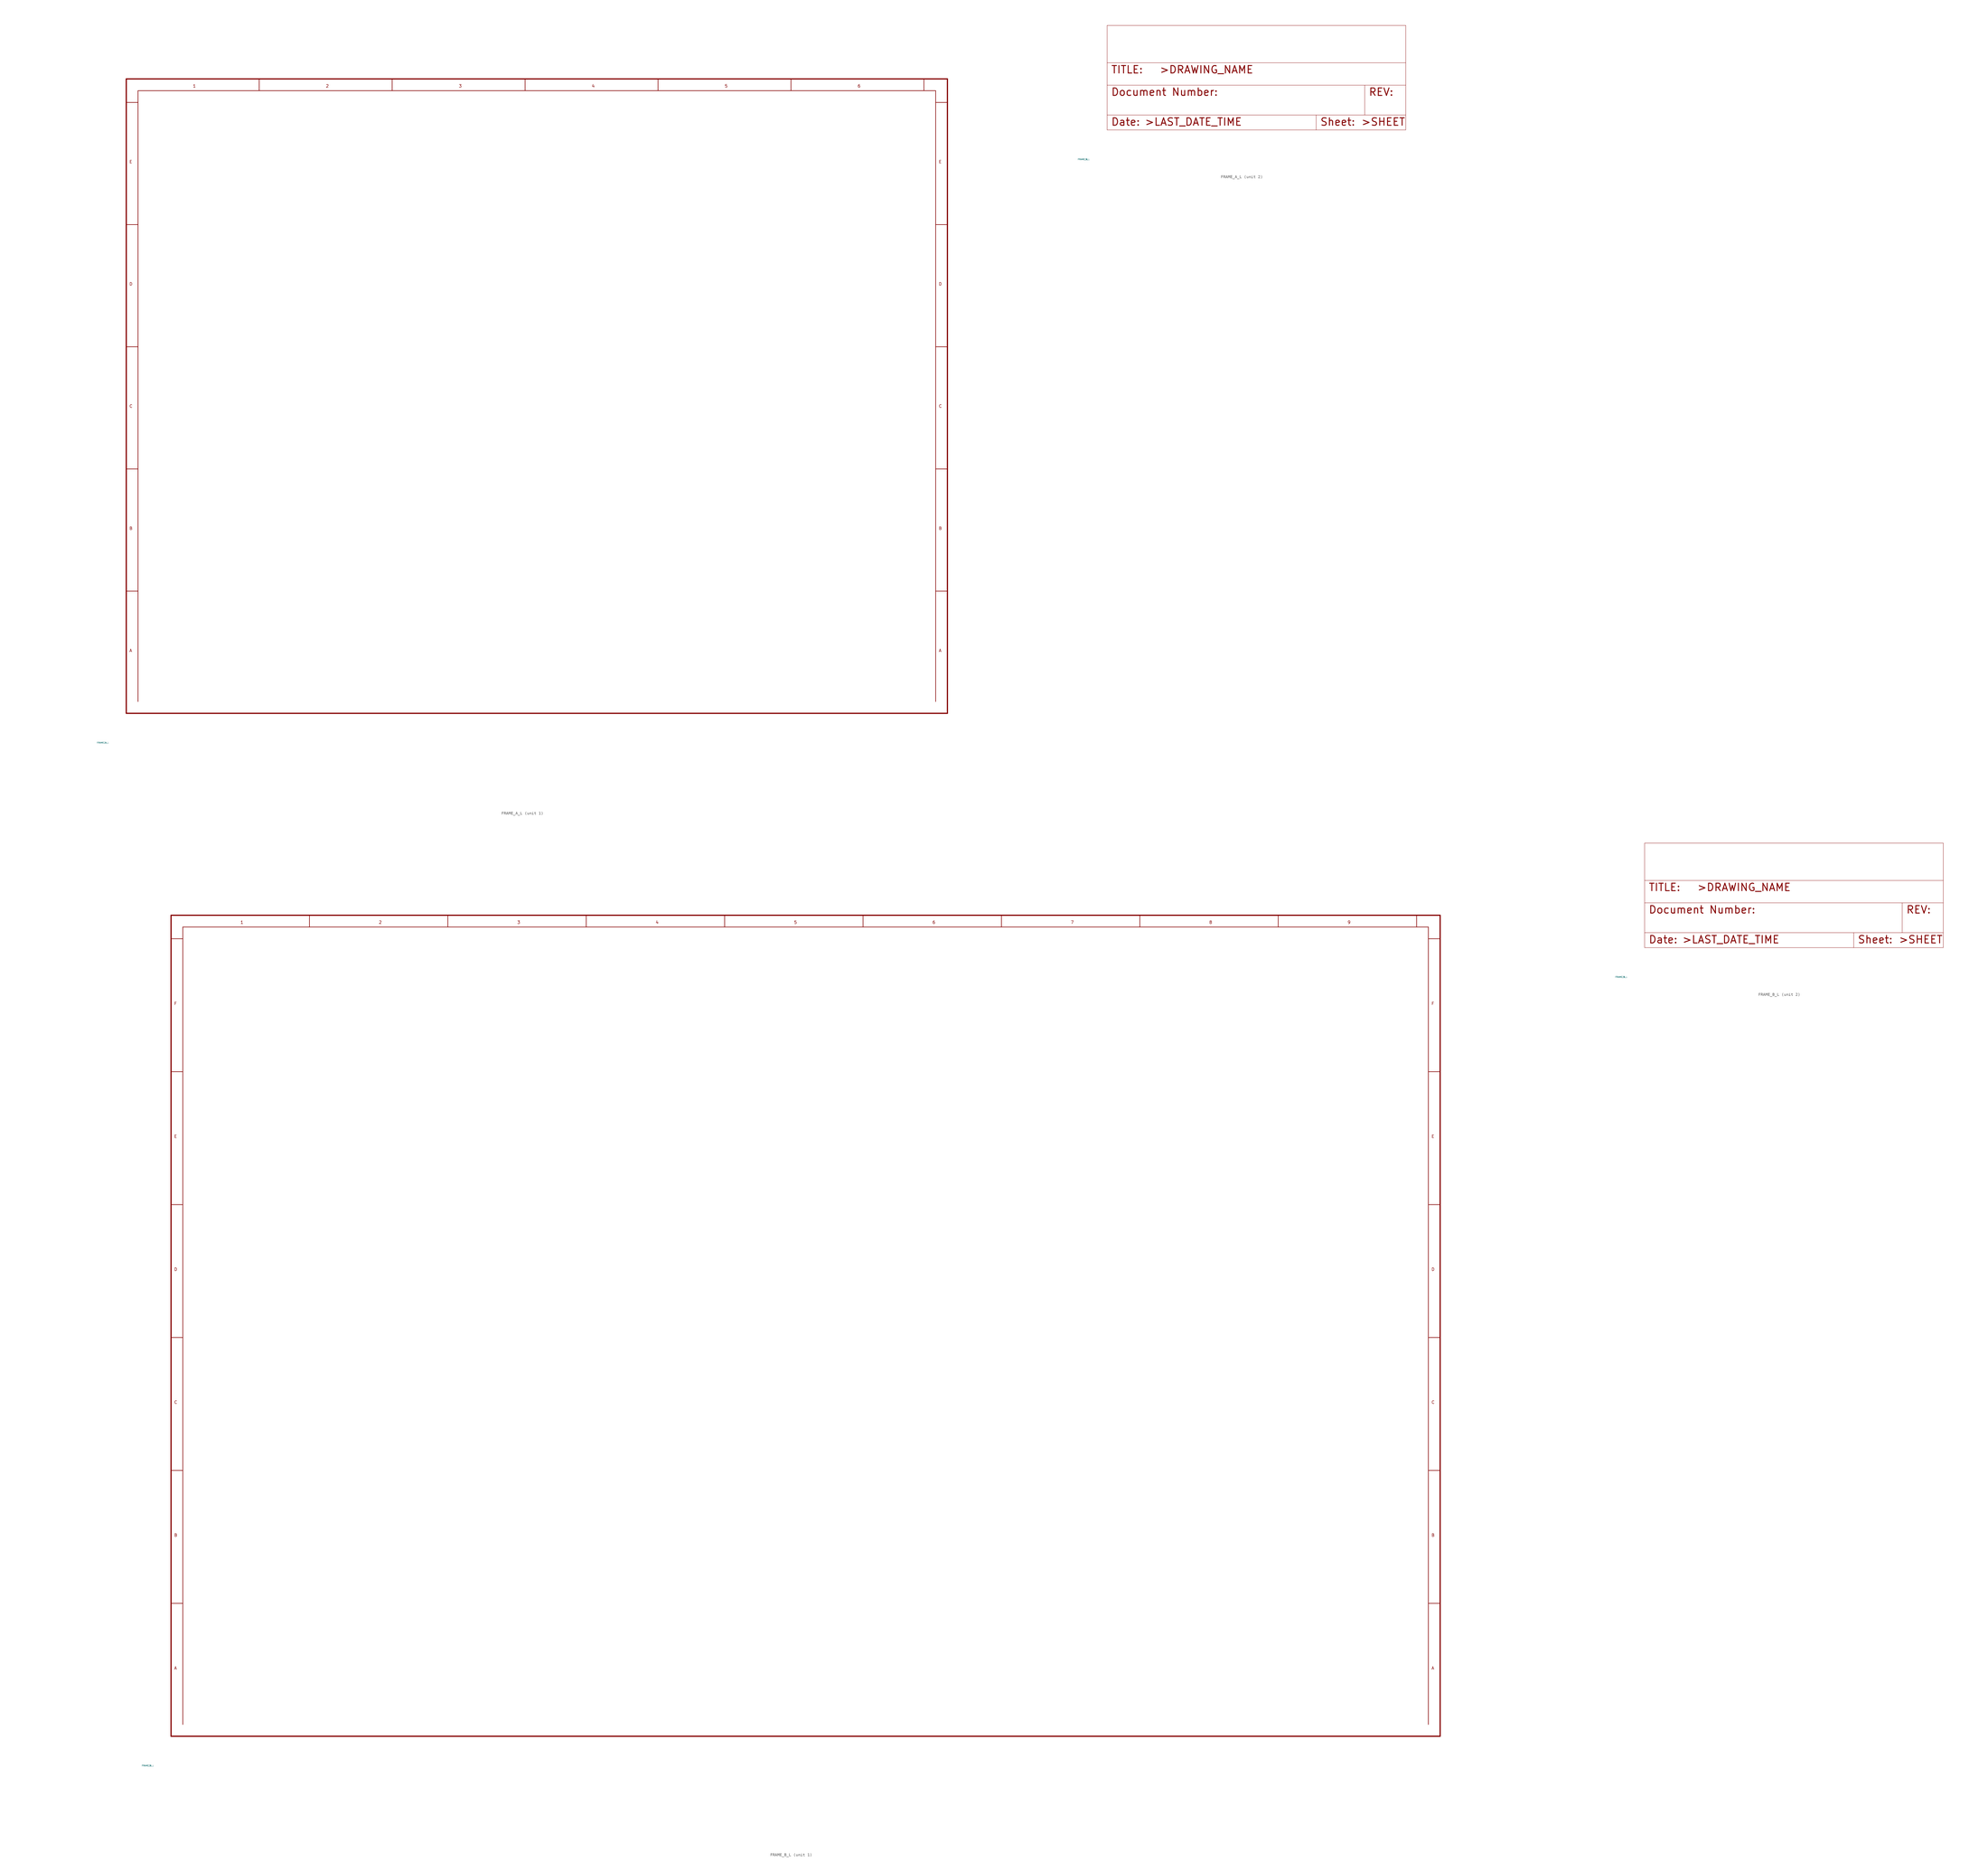
<source format=kicad_sym>
(kicad_symbol_lib
  (version 20220914)
  (generator Eagle2Kicad)
  (symbol "FRAME_A_L"
    (property "Reference" "FRAME"
      (at -10 -10 0)
      (effects (font (size 0.5 0.5) (thickness 0.06)) (justify left)))
    (property "Value" "FRAME_A_L"
      (at -10 -10 0)
      (effects (font (size 0.5 0.5) (thickness 0.06)) (justify left)))
    (symbol "FRAME_A_L_1_0"
      (polyline (pts (xy 0 0) (xy 279.4 0)) (stroke (width 0.4) (type default)) (fill (type none)))
      (polyline (pts (xy 0 215.9) (xy 279.4 215.9)) (stroke (width 0.4) (type default)) (fill (type none)))
      (polyline (pts (xy 0 0) (xy 0 215.9)) (stroke (width 0.4) (type default)) (fill (type none)))
      (polyline (pts (xy 279.4 0) (xy 279.4 215.9)) (stroke (width 0.4) (type default)) (fill (type none)))
      (polyline (pts (xy 4 211.9) (xy 275.4 211.9)) (stroke (width 0.2) (type default)) (fill (type none)))
      (polyline (pts (xy 45.233 211.9) (xy 45.233 215.9)) (stroke (width 0.2) (type default)) (fill (type none)))
      (text "1" (at 22.617 212.9 0) (effects (font (size 1 1) (thickness 0.13)) (justify left bottom)))
      (polyline (pts (xy 90.467 211.9) (xy 90.467 215.9)) (stroke (width 0.2) (type default)) (fill (type none)))
      (text "2" (at 67.85 212.9 0) (effects (font (size 1 1) (thickness 0.13)) (justify left bottom)))
      (polyline (pts (xy 135.7 211.9) (xy 135.7 215.9)) (stroke (width 0.2) (type default)) (fill (type none)))
      (text "3" (at 113.083 212.9 0) (effects (font (size 1 1) (thickness 0.13)) (justify left bottom)))
      (polyline (pts (xy 180.933 211.9) (xy 180.933 215.9)) (stroke (width 0.2) (type default)) (fill (type none)))
      (text "4" (at 158.317 212.9 0) (effects (font (size 1 1) (thickness 0.13)) (justify left bottom)))
      (polyline (pts (xy 226.167 211.9) (xy 226.167 215.9)) (stroke (width 0.2) (type default)) (fill (type none)))
      (text "5" (at 203.55 212.9 0) (effects (font (size 1 1) (thickness 0.13)) (justify left bottom)))
      (polyline (pts (xy 271.4 211.9) (xy 271.4 215.9)) (stroke (width 0.2) (type default)) (fill (type none)))
      (text "6" (at 248.783 212.9 0) (effects (font (size 1 1) (thickness 0.13)) (justify left bottom)))
      (polyline (pts (xy 4 4) (xy 4 211.9)) (stroke (width 0.2) (type default)) (fill (type none)))
      (polyline (pts (xy 0 41.58) (xy 4 41.58)) (stroke (width 0.2) (type default)) (fill (type none)))
      (text "A" (at 1 20.79 0) (effects (font (size 1 1) (thickness 0.13)) (justify left bottom)))
      (polyline (pts (xy 0 83.16) (xy 4 83.16)) (stroke (width 0.2) (type default)) (fill (type none)))
      (text "B" (at 1 62.37 0) (effects (font (size 1 1) (thickness 0.13)) (justify left bottom)))
      (polyline (pts (xy 0 124.74) (xy 4 124.74)) (stroke (width 0.2) (type default)) (fill (type none)))
      (text "C" (at 1 103.95 0) (effects (font (size 1 1) (thickness 0.13)) (justify left bottom)))
      (polyline (pts (xy 0 166.32) (xy 4 166.32)) (stroke (width 0.2) (type default)) (fill (type none)))
      (text "D" (at 1 145.53 0) (effects (font (size 1 1) (thickness 0.13)) (justify left bottom)))
      (polyline (pts (xy 0 207.9) (xy 4 207.9)) (stroke (width 0.2) (type default)) (fill (type none)))
      (text "E" (at 1 187.11 0) (effects (font (size 1 1) (thickness 0.13)) (justify left bottom)))
      (polyline (pts (xy 275.4 4) (xy 275.4 211.9)) (stroke (width 0.2) (type default)) (fill (type none)))
      (polyline (pts (xy 275.4 41.58) (xy 279.4 41.58)) (stroke (width 0.2) (type default)) (fill (type none)))
      (text "A" (at 276.4 20.79 0) (effects (font (size 1 1) (thickness 0.13)) (justify left bottom)))
      (polyline (pts (xy 275.4 83.16) (xy 279.4 83.16)) (stroke (width 0.2) (type default)) (fill (type none)))
      (text "B" (at 276.4 62.37 0) (effects (font (size 1 1) (thickness 0.13)) (justify left bottom)))
      (polyline (pts (xy 275.4 124.74) (xy 279.4 124.74)) (stroke (width 0.2) (type default)) (fill (type none)))
      (text "C" (at 276.4 103.95 0) (effects (font (size 1 1) (thickness 0.13)) (justify left bottom)))
      (polyline (pts (xy 275.4 166.32) (xy 279.4 166.32)) (stroke (width 0.2) (type default)) (fill (type none)))
      (text "D" (at 276.4 145.53 0) (effects (font (size 1 1) (thickness 0.13)) (justify left bottom)))
      (polyline (pts (xy 275.4 207.9) (xy 279.4 207.9)) (stroke (width 0.2) (type default)) (fill (type none)))
      (text "E" (at 276.4 187.11 0) (effects (font (size 1 1) (thickness 0.13)) (justify left bottom))))
    (symbol "FRAME_A_L_2_0"
      (polyline (pts (xy 0 0) (xy 71.12 0)) (stroke (width 0.102) (type default)) (fill (type none)))
      (polyline (pts (xy 101.6 15.24) (xy 87.63 15.24)) (stroke (width 0.102) (type default)) (fill (type none)))
      (polyline (pts (xy 0 0) (xy 0 5.08)) (stroke (width 0.102) (type default)) (fill (type none)))
      (polyline (pts (xy 0 5.08) (xy 71.12 5.08)) (stroke (width 0.102) (type default)) (fill (type none)))
      (polyline (pts (xy 0 5.08) (xy 0 15.24)) (stroke (width 0.102) (type default)) (fill (type none)))
      (polyline (pts (xy 101.6 15.24) (xy 101.6 5.08)) (stroke (width 0.102) (type default)) (fill (type none)))
      (polyline (pts (xy 71.12 5.08) (xy 71.12 0)) (stroke (width 0.102) (type default)) (fill (type none)))
      (polyline (pts (xy 71.12 5.08) (xy 87.63 5.08)) (stroke (width 0.102) (type default)) (fill (type none)))
      (polyline (pts (xy 71.12 0) (xy 101.6 0)) (stroke (width 0.102) (type default)) (fill (type none)))
      (polyline (pts (xy 87.63 15.24) (xy 87.63 5.08)) (stroke (width 0.102) (type default)) (fill (type none)))
      (polyline (pts (xy 87.63 15.24) (xy 0 15.24)) (stroke (width 0.102) (type default)) (fill (type none)))
      (polyline (pts (xy 87.63 5.08) (xy 101.6 5.08)) (stroke (width 0.102) (type default)) (fill (type none)))
      (polyline (pts (xy 101.6 5.08) (xy 101.6 0)) (stroke (width 0.102) (type default)) (fill (type none)))
      (polyline (pts (xy 0 15.24) (xy 0 22.86)) (stroke (width 0.102) (type default)) (fill (type none)))
      (polyline (pts (xy 101.6 35.56) (xy 0 35.56)) (stroke (width 0.102) (type default)) (fill (type none)))
      (polyline (pts (xy 101.6 35.56) (xy 101.6 22.86)) (stroke (width 0.102) (type default)) (fill (type none)))
      (polyline (pts (xy 0 22.86) (xy 101.6 22.86)) (stroke (width 0.102) (type default)) (fill (type none)))
      (polyline (pts (xy 0 22.86) (xy 0 35.56)) (stroke (width 0.102) (type default)) (fill (type none)))
      (polyline (pts (xy 101.6 22.86) (xy 101.6 15.24)) (stroke (width 0.102) (type default)) (fill (type none)))
      (text "Date:" (at 1.27 1.27 0) (effects (font (size 2.54 2.54) (thickness 0.32)) (justify left bottom)))
      (text ">LAST_DATE_TIME" (at 12.7 1.27 0) (effects (font (size 2.54 2.54) (thickness 0.32)) (justify left bottom)))
      (text "Sheet:" (at 72.39 1.27 0) (effects (font (size 2.54 2.54) (thickness 0.32)) (justify left bottom)))
      (text ">SHEET" (at 86.36 1.27 0) (effects (font (size 2.54 2.54) (thickness 0.32)) (justify left bottom)))
      (text "REV:" (at 88.9 11.43 0) (effects (font (size 2.54 2.54) (thickness 0.32)) (justify left bottom)))
      (text "TITLE:" (at 1.27 19.05 0) (effects (font (size 2.54 2.54) (thickness 0.32)) (justify left bottom)))
      (text "Document Number:" (at 1.27 11.43 0) (effects (font (size 2.54 2.54) (thickness 0.32)) (justify left bottom)))
      (text ">DRAWING_NAME" (at 17.78 19.05 0) (effects (font (size 2.54 2.54) (thickness 0.32)) (justify left bottom)))))
  (symbol "FRAME_B_L"
    (property "Reference" "FRAME"
      (at -10 -10 0)
      (effects (font (size 0.5 0.5) (thickness 0.06)) (justify left)))
    (property "Value" "FRAME_B_L"
      (at -10 -10 0)
      (effects (font (size 0.5 0.5) (thickness 0.06)) (justify left)))
    (symbol "FRAME_B_L_1_0"
      (polyline (pts (xy 0 0) (xy 431.8 0)) (stroke (width 0.4) (type default)) (fill (type none)))
      (polyline (pts (xy 0 279.4) (xy 431.8 279.4)) (stroke (width 0.4) (type default)) (fill (type none)))
      (polyline (pts (xy 0 0) (xy 0 279.4)) (stroke (width 0.4) (type default)) (fill (type none)))
      (polyline (pts (xy 431.8 0) (xy 431.8 279.4)) (stroke (width 0.4) (type default)) (fill (type none)))
      (polyline (pts (xy 4 275.4) (xy 427.8 275.4)) (stroke (width 0.2) (type default)) (fill (type none)))
      (polyline (pts (xy 47.089 275.4) (xy 47.089 279.4)) (stroke (width 0.2) (type default)) (fill (type none)))
      (text "1" (at 23.544 276.4 0) (effects (font (size 1 1) (thickness 0.13)) (justify left bottom)))
      (polyline (pts (xy 94.178 275.4) (xy 94.178 279.4)) (stroke (width 0.2) (type default)) (fill (type none)))
      (text "2" (at 70.633 276.4 0) (effects (font (size 1 1) (thickness 0.13)) (justify left bottom)))
      (polyline (pts (xy 141.267 275.4) (xy 141.267 279.4)) (stroke (width 0.2) (type default)) (fill (type none)))
      (text "3" (at 117.722 276.4 0) (effects (font (size 1 1) (thickness 0.13)) (justify left bottom)))
      (polyline (pts (xy 188.356 275.4) (xy 188.356 279.4)) (stroke (width 0.2) (type default)) (fill (type none)))
      (text "4" (at 164.811 276.4 0) (effects (font (size 1 1) (thickness 0.13)) (justify left bottom)))
      (polyline (pts (xy 235.444 275.4) (xy 235.444 279.4)) (stroke (width 0.2) (type default)) (fill (type none)))
      (text "5" (at 211.9 276.4 0) (effects (font (size 1 1) (thickness 0.13)) (justify left bottom)))
      (polyline (pts (xy 282.533 275.4) (xy 282.533 279.4)) (stroke (width 0.2) (type default)) (fill (type none)))
      (text "6" (at 258.989 276.4 0) (effects (font (size 1 1) (thickness 0.13)) (justify left bottom)))
      (polyline (pts (xy 329.622 275.4) (xy 329.622 279.4)) (stroke (width 0.2) (type default)) (fill (type none)))
      (text "7" (at 306.078 276.4 0) (effects (font (size 1 1) (thickness 0.13)) (justify left bottom)))
      (polyline (pts (xy 376.711 275.4) (xy 376.711 279.4)) (stroke (width 0.2) (type default)) (fill (type none)))
      (text "8" (at 353.167 276.4 0) (effects (font (size 1 1) (thickness 0.13)) (justify left bottom)))
      (polyline (pts (xy 423.8 275.4) (xy 423.8 279.4)) (stroke (width 0.2) (type default)) (fill (type none)))
      (text "9" (at 400.256 276.4 0) (effects (font (size 1 1) (thickness 0.13)) (justify left bottom)))
      (polyline (pts (xy 4 4) (xy 4 275.4)) (stroke (width 0.2) (type default)) (fill (type none)))
      (polyline (pts (xy 0 45.233) (xy 4 45.233)) (stroke (width 0.2) (type default)) (fill (type none)))
      (text "A" (at 1 22.617 0) (effects (font (size 1 1) (thickness 0.13)) (justify left bottom)))
      (polyline (pts (xy 0 90.467) (xy 4 90.467)) (stroke (width 0.2) (type default)) (fill (type none)))
      (text "B" (at 1 67.85 0) (effects (font (size 1 1) (thickness 0.13)) (justify left bottom)))
      (polyline (pts (xy 0 135.7) (xy 4 135.7)) (stroke (width 0.2) (type default)) (fill (type none)))
      (text "C" (at 1 113.083 0) (effects (font (size 1 1) (thickness 0.13)) (justify left bottom)))
      (polyline (pts (xy 0 180.933) (xy 4 180.933)) (stroke (width 0.2) (type default)) (fill (type none)))
      (text "D" (at 1 158.317 0) (effects (font (size 1 1) (thickness 0.13)) (justify left bottom)))
      (polyline (pts (xy 0 226.167) (xy 4 226.167)) (stroke (width 0.2) (type default)) (fill (type none)))
      (text "E" (at 1 203.55 0) (effects (font (size 1 1) (thickness 0.13)) (justify left bottom)))
      (polyline (pts (xy 0 271.4) (xy 4 271.4)) (stroke (width 0.2) (type default)) (fill (type none)))
      (text "F" (at 1 248.783 0) (effects (font (size 1 1) (thickness 0.13)) (justify left bottom)))
      (polyline (pts (xy 427.8 4) (xy 427.8 275.4)) (stroke (width 0.2) (type default)) (fill (type none)))
      (polyline (pts (xy 427.8 45.233) (xy 431.8 45.233)) (stroke (width 0.2) (type default)) (fill (type none)))
      (text "A" (at 428.8 22.617 0) (effects (font (size 1 1) (thickness 0.13)) (justify left bottom)))
      (polyline (pts (xy 427.8 90.467) (xy 431.8 90.467)) (stroke (width 0.2) (type default)) (fill (type none)))
      (text "B" (at 428.8 67.85 0) (effects (font (size 1 1) (thickness 0.13)) (justify left bottom)))
      (polyline (pts (xy 427.8 135.7) (xy 431.8 135.7)) (stroke (width 0.2) (type default)) (fill (type none)))
      (text "C" (at 428.8 113.083 0) (effects (font (size 1 1) (thickness 0.13)) (justify left bottom)))
      (polyline (pts (xy 427.8 180.933) (xy 431.8 180.933)) (stroke (width 0.2) (type default)) (fill (type none)))
      (text "D" (at 428.8 158.317 0) (effects (font (size 1 1) (thickness 0.13)) (justify left bottom)))
      (polyline (pts (xy 427.8 226.167) (xy 431.8 226.167)) (stroke (width 0.2) (type default)) (fill (type none)))
      (text "E" (at 428.8 203.55 0) (effects (font (size 1 1) (thickness 0.13)) (justify left bottom)))
      (polyline (pts (xy 427.8 271.4) (xy 431.8 271.4)) (stroke (width 0.2) (type default)) (fill (type none)))
      (text "F" (at 428.8 248.783 0) (effects (font (size 1 1) (thickness 0.13)) (justify left bottom))))
    (symbol "FRAME_B_L_2_0"
      (polyline (pts (xy 0 0) (xy 71.12 0)) (stroke (width 0.102) (type default)) (fill (type none)))
      (polyline (pts (xy 101.6 15.24) (xy 87.63 15.24)) (stroke (width 0.102) (type default)) (fill (type none)))
      (polyline (pts (xy 0 0) (xy 0 5.08)) (stroke (width 0.102) (type default)) (fill (type none)))
      (polyline (pts (xy 0 5.08) (xy 71.12 5.08)) (stroke (width 0.102) (type default)) (fill (type none)))
      (polyline (pts (xy 0 5.08) (xy 0 15.24)) (stroke (width 0.102) (type default)) (fill (type none)))
      (polyline (pts (xy 101.6 15.24) (xy 101.6 5.08)) (stroke (width 0.102) (type default)) (fill (type none)))
      (polyline (pts (xy 71.12 5.08) (xy 71.12 0)) (stroke (width 0.102) (type default)) (fill (type none)))
      (polyline (pts (xy 71.12 5.08) (xy 87.63 5.08)) (stroke (width 0.102) (type default)) (fill (type none)))
      (polyline (pts (xy 71.12 0) (xy 101.6 0)) (stroke (width 0.102) (type default)) (fill (type none)))
      (polyline (pts (xy 87.63 15.24) (xy 87.63 5.08)) (stroke (width 0.102) (type default)) (fill (type none)))
      (polyline (pts (xy 87.63 15.24) (xy 0 15.24)) (stroke (width 0.102) (type default)) (fill (type none)))
      (polyline (pts (xy 87.63 5.08) (xy 101.6 5.08)) (stroke (width 0.102) (type default)) (fill (type none)))
      (polyline (pts (xy 101.6 5.08) (xy 101.6 0)) (stroke (width 0.102) (type default)) (fill (type none)))
      (polyline (pts (xy 0 15.24) (xy 0 22.86)) (stroke (width 0.102) (type default)) (fill (type none)))
      (polyline (pts (xy 101.6 35.56) (xy 0 35.56)) (stroke (width 0.102) (type default)) (fill (type none)))
      (polyline (pts (xy 101.6 35.56) (xy 101.6 22.86)) (stroke (width 0.102) (type default)) (fill (type none)))
      (polyline (pts (xy 0 22.86) (xy 101.6 22.86)) (stroke (width 0.102) (type default)) (fill (type none)))
      (polyline (pts (xy 0 22.86) (xy 0 35.56)) (stroke (width 0.102) (type default)) (fill (type none)))
      (polyline (pts (xy 101.6 22.86) (xy 101.6 15.24)) (stroke (width 0.102) (type default)) (fill (type none)))
      (text "Date:" (at 1.27 1.27 0) (effects (font (size 2.54 2.54) (thickness 0.32)) (justify left bottom)))
      (text ">LAST_DATE_TIME" (at 12.7 1.27 0) (effects (font (size 2.54 2.54) (thickness 0.32)) (justify left bottom)))
      (text "Sheet:" (at 72.39 1.27 0) (effects (font (size 2.54 2.54) (thickness 0.32)) (justify left bottom)))
      (text ">SHEET" (at 86.36 1.27 0) (effects (font (size 2.54 2.54) (thickness 0.32)) (justify left bottom)))
      (text "REV:" (at 88.9 11.43 0) (effects (font (size 2.54 2.54) (thickness 0.32)) (justify left bottom)))
      (text "TITLE:" (at 1.27 19.05 0) (effects (font (size 2.54 2.54) (thickness 0.32)) (justify left bottom)))
      (text "Document Number:" (at 1.27 11.43 0) (effects (font (size 2.54 2.54) (thickness 0.32)) (justify left bottom)))
      (text ">DRAWING_NAME" (at 17.78 19.05 0) (effects (font (size 2.54 2.54) (thickness 0.32)) (justify left bottom))))))
</source>
